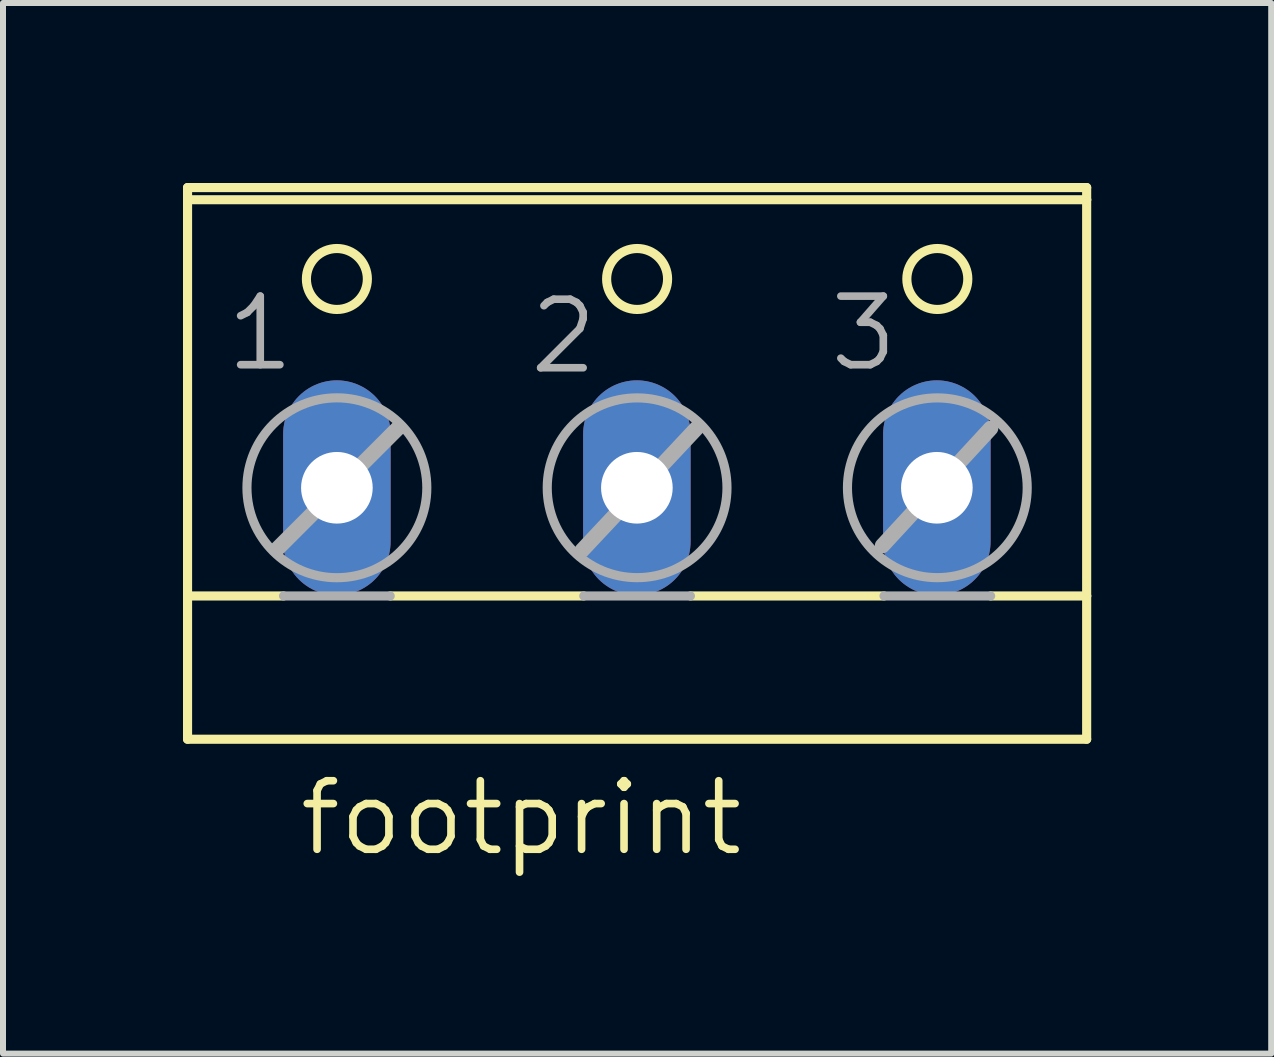
<source format=kicad_pcb>
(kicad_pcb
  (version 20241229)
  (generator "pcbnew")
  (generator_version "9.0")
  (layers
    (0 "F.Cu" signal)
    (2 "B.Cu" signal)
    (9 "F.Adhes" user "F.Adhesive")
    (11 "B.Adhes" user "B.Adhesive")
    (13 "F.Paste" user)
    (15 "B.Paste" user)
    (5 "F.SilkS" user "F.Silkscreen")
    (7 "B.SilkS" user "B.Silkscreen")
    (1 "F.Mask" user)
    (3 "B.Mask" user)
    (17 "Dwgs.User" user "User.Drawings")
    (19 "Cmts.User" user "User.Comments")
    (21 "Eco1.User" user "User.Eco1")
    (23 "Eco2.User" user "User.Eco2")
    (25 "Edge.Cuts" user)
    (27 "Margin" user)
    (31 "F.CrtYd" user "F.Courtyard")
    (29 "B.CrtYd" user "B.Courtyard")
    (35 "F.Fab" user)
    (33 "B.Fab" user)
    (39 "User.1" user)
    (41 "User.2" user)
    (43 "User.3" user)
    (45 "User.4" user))
  (footprint "footprint"
    (layer "F.Cu")
    (at 7.565 3.79)
    (property "Reference" "footprint" (at -5.686 7.462 0) (layer "F.SilkS") (effects (font (size 1.143 1.143) (thickness 0.127)) (justify left bottom)))
    (fp_line (start -7.489 -3.511) (end -7.489 -3.714) (stroke (width 0.152) (type solid)) (layer "F.SilkS"))
    (fp_line (start -7.489 3.093) (end -7.489 -3.511) (stroke (width 0.152) (type solid)) (layer "F.SilkS"))
    (fp_line (start -7.489 3.093) (end -5.889 3.093) (stroke (width 0.152) (type solid)) (layer "F.SilkS"))
    (fp_line (start -7.489 5.481) (end -7.489 3.093) (stroke (width 0.152) (type solid)) (layer "F.SilkS"))
    (fp_line (start -7.489 5.481) (end 7.497 5.481) (stroke (width 0.152) (type solid)) (layer "F.SilkS"))
    (fp_line (start -4.111 3.093) (end -0.885 3.093) (stroke (width 0.152) (type solid)) (layer "F.SilkS"))
    (fp_line (start 0.893 3.093) (end 4.119 3.093) (stroke (width 0.152) (type solid)) (layer "F.SilkS"))
    (fp_line (start 5.897 3.093) (end 7.497 3.093) (stroke (width 0.152) (type solid)) (layer "F.SilkS"))
    (fp_line (start 7.497 -3.714) (end -7.489 -3.714) (stroke (width 0.152) (type solid)) (layer "F.SilkS"))
    (fp_line (start 7.497 -3.714) (end 7.497 -3.511) (stroke (width 0.152) (type solid)) (layer "F.SilkS"))
    (fp_line (start 7.497 -3.511) (end -7.489 -3.511) (stroke (width 0.152) (type solid)) (layer "F.SilkS"))
    (fp_line (start 7.497 -3.511) (end 7.497 3.093) (stroke (width 0.152) (type solid)) (layer "F.SilkS"))
    (fp_line (start 7.497 3.093) (end 7.497 5.481) (stroke (width 0.152) (type solid)) (layer "F.SilkS"))
    (fp_circle (center -5 -2.19) (end -4.492 -2.19) (stroke (width 0.152) (type solid)) (fill no) (layer "F.SilkS"))
    (fp_circle (center 0.004 -2.19) (end 0.512 -2.19) (stroke (width 0.152) (type solid)) (fill no) (layer "F.SilkS"))
    (fp_circle (center 5.008 -2.19) (end 5.516 -2.19) (stroke (width 0.152) (type solid)) (fill no) (layer "F.SilkS"))
    (fp_line (start -5.991 2.306) (end -3.984 0.299) (stroke (width 0.254) (type solid)) (layer "F.Fab"))
    (fp_line (start -5.889 3.093) (end -4.111 3.093) (stroke (width 0.152) (type solid)) (layer "F.Fab"))
    (fp_line (start -0.911 2.331) (end 0.994 0.299) (stroke (width 0.254) (type solid)) (layer "F.Fab"))
    (fp_line (start -0.885 3.093) (end 0.893 3.093) (stroke (width 0.152) (type solid)) (layer "F.Fab"))
    (fp_line (start 4.093 2.255) (end 5.897 0.299) (stroke (width 0.254) (type solid)) (layer "F.Fab"))
    (fp_line (start 4.119 3.093) (end 5.897 3.093) (stroke (width 0.152) (type solid)) (layer "F.Fab"))
    (fp_circle (center -5 1.29) (end -3.501 1.29) (stroke (width 0.152) (type solid)) (fill no) (layer "F.Fab"))
    (fp_circle (center 0.004 1.29) (end 1.502 1.29) (stroke (width 0.152) (type solid)) (fill no) (layer "F.Fab"))
    (fp_circle (center 5.008 1.29) (end 6.506 1.29) (stroke (width 0.152) (type solid)) (fill no) (layer "F.Fab"))
    (fp_text user "1" (at -6.905 -0.615 0) (layer "F.Fab") (effects (font (size 1.143 1.143) (thickness 0.127)) (justify left bottom)))
    (fp_text user "3" (at 3.153 -0.615 0) (layer "F.Fab") (effects (font (size 1.143 1.143) (thickness 0.127)) (justify left bottom)))
    (fp_text user "2" (at -1.85 -0.564 0) (layer "F.Fab") (effects (font (size 1.143 1.143) (thickness 0.127)) (justify left bottom)))
    (pad "1" thru_hole oval (at -5 1.29 90) (size 3.581 1.791) (drill 1.194) (layers "*.Cu" "*.Mask"))
    (pad "2" thru_hole oval (at 0 1.29 90) (size 3.581 1.791) (drill 1.194) (layers "*.Cu" "*.Mask"))
    (pad "3" thru_hole oval (at 5 1.29 90) (size 3.581 1.791) (drill 1.194) (layers "*.Cu" "*.Mask")))
  (gr_rect
    (start -3 -3)
    (end 18.138 14.511)
    (stroke (width 0.1) (type default))
    (fill no)
    (layer "Edge.Cuts")))
</source>
